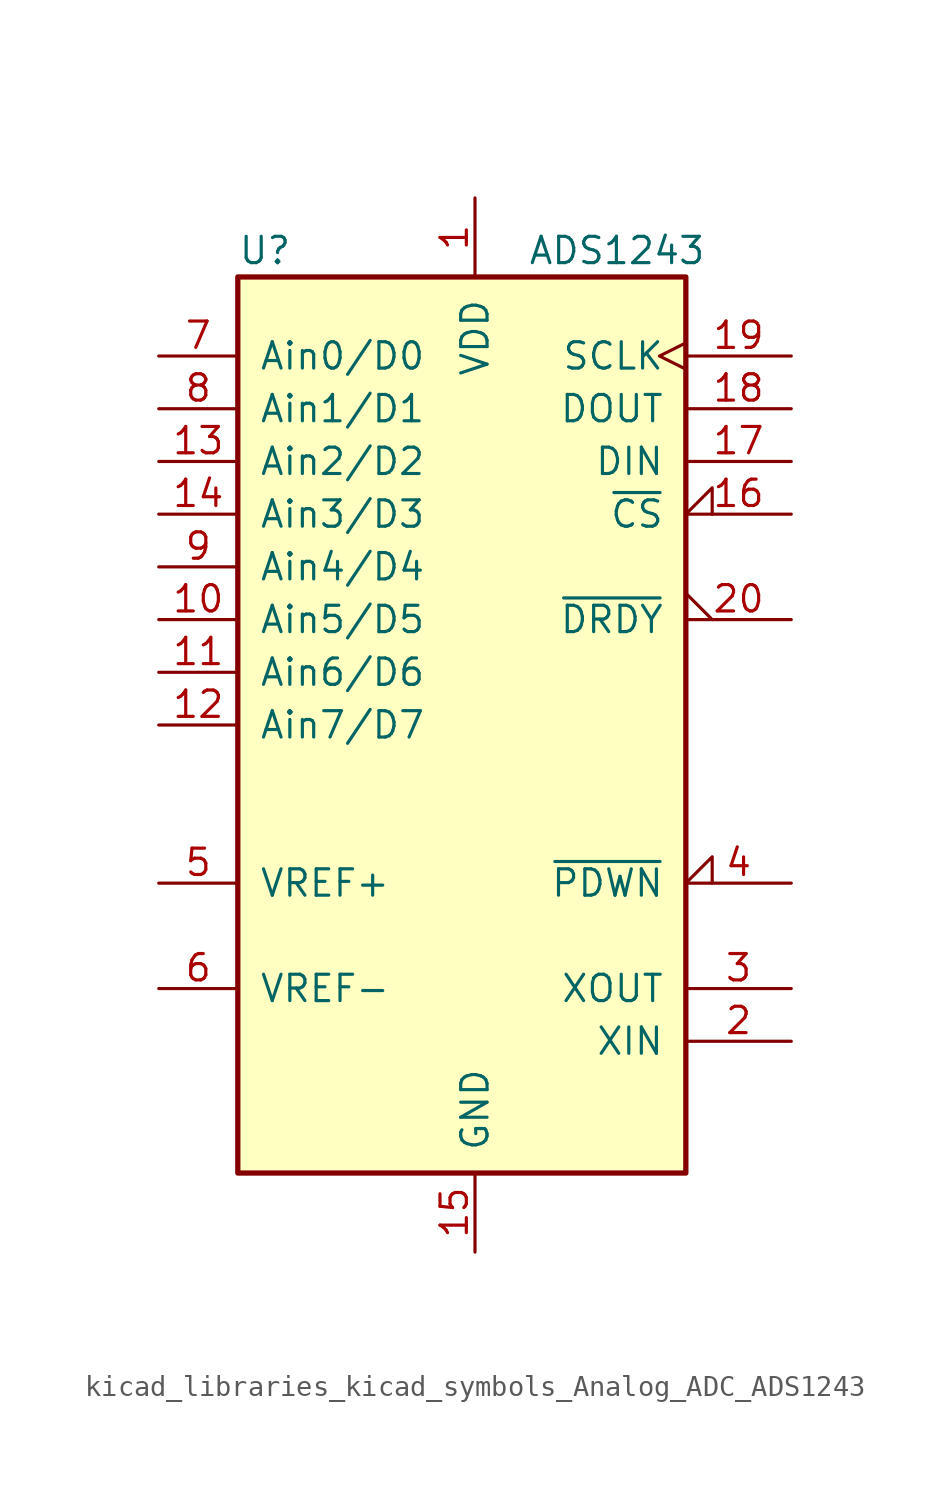
<source format=kicad_sym>
(kicad_symbol_lib
  (version 20220914)
  (generator kicad_symbol_editor)
  (symbol "kicad_libraries_kicad_symbols_Analog_ADC_ADS1243"
    (pin_names
      (offset 1.016))
    (property "Reference" "U"
      (at -11.43 22.86 0)
      (effects (font (size 1.27 1.27)) (justify left)))
    (property "Value" "ADS1243"
      (at 2.54 22.86 0)
      (effects (font (size 1.27 1.27)) (justify left)))
    (symbol "kicad_libraries_kicad_symbols_Analog_ADC_ADS1243_0_1"
      (rectangle (start -11.43 21.59) (end 10.16 -21.59) (stroke (width 0.254) (type default)) (fill (type background))))
    (symbol "kicad_libraries_kicad_symbols_Analog_ADC_ADS1243_1_1"
      (pin power_in line (at 0 25.4 270) (length 3.81) (name "VDD" (effects (font (size 1.27 1.27)))) (number "1" (effects (font (size 1.27 1.27)))))
      (pin input line (at -15.24 5.08 0) (length 3.81) (name "Ain5/D5" (effects (font (size 1.27 1.27)))) (number "10" (effects (font (size 1.27 1.27)))))
      (pin input line (at -15.24 2.54 0) (length 3.81) (name "Ain6/D6" (effects (font (size 1.27 1.27)))) (number "11" (effects (font (size 1.27 1.27)))))
      (pin input line (at -15.24 0 0) (length 3.81) (name "Ain7/D7" (effects (font (size 1.27 1.27)))) (number "12" (effects (font (size 1.27 1.27)))))
      (pin input line (at -15.24 12.7 0) (length 3.81) (name "Ain2/D2" (effects (font (size 1.27 1.27)))) (number "13" (effects (font (size 1.27 1.27)))))
      (pin input line (at -15.24 10.16 0) (length 3.81) (name "Ain3/D3" (effects (font (size 1.27 1.27)))) (number "14" (effects (font (size 1.27 1.27)))))
      (pin power_in line (at 0 -25.4 90) (length 3.81) (name "GND" (effects (font (size 1.27 1.27)))) (number "15" (effects (font (size 1.27 1.27)))))
      (pin input input_low (at 15.24 10.16 180) (length 5.08) (name "~{CS}" (effects (font (size 1.27 1.27)))) (number "16" (effects (font (size 1.27 1.27)))))
      (pin input line (at 15.24 12.7 180) (length 5.08) (name "DIN" (effects (font (size 1.27 1.27)))) (number "17" (effects (font (size 1.27 1.27)))))
      (pin output line (at 15.24 15.24 180) (length 5.08) (name "DOUT" (effects (font (size 1.27 1.27)))) (number "18" (effects (font (size 1.27 1.27)))))
      (pin input clock (at 15.24 17.78 180) (length 5.08) (name "SCLK" (effects (font (size 1.27 1.27)))) (number "19" (effects (font (size 1.27 1.27)))))
      (pin input line (at 15.24 -15.24 180) (length 5.08) (name "XIN" (effects (font (size 1.27 1.27)))) (number "2" (effects (font (size 1.27 1.27)))))
      (pin open_collector output_low (at 15.24 5.08 180) (length 5.08) (name "~{DRDY}" (effects (font (size 1.27 1.27)))) (number "20" (effects (font (size 1.27 1.27)))))
      (pin output line (at 15.24 -12.7 180) (length 5.08) (name "XOUT" (effects (font (size 1.27 1.27)))) (number "3" (effects (font (size 1.27 1.27)))))
      (pin input input_low (at 15.24 -7.62 180) (length 5.08) (name "~{PDWN}" (effects (font (size 1.27 1.27)))) (number "4" (effects (font (size 1.27 1.27)))))
      (pin input line (at -15.24 -7.62 0) (length 3.81) (name "VREF+" (effects (font (size 1.27 1.27)))) (number "5" (effects (font (size 1.27 1.27)))))
      (pin input line (at -15.24 -12.7 0) (length 3.81) (name "VREF-" (effects (font (size 1.27 1.27)))) (number "6" (effects (font (size 1.27 1.27)))))
      (pin input line (at -15.24 17.78 0) (length 3.81) (name "Ain0/D0" (effects (font (size 1.27 1.27)))) (number "7" (effects (font (size 1.27 1.27)))))
      (pin input line (at -15.24 15.24 0) (length 3.81) (name "Ain1/D1" (effects (font (size 1.27 1.27)))) (number "8" (effects (font (size 1.27 1.27)))))
      (pin input line (at -15.24 7.62 0) (length 3.81) (name "Ain4/D4" (effects (font (size 1.27 1.27)))) (number "9" (effects (font (size 1.27 1.27))))))))
</source>
